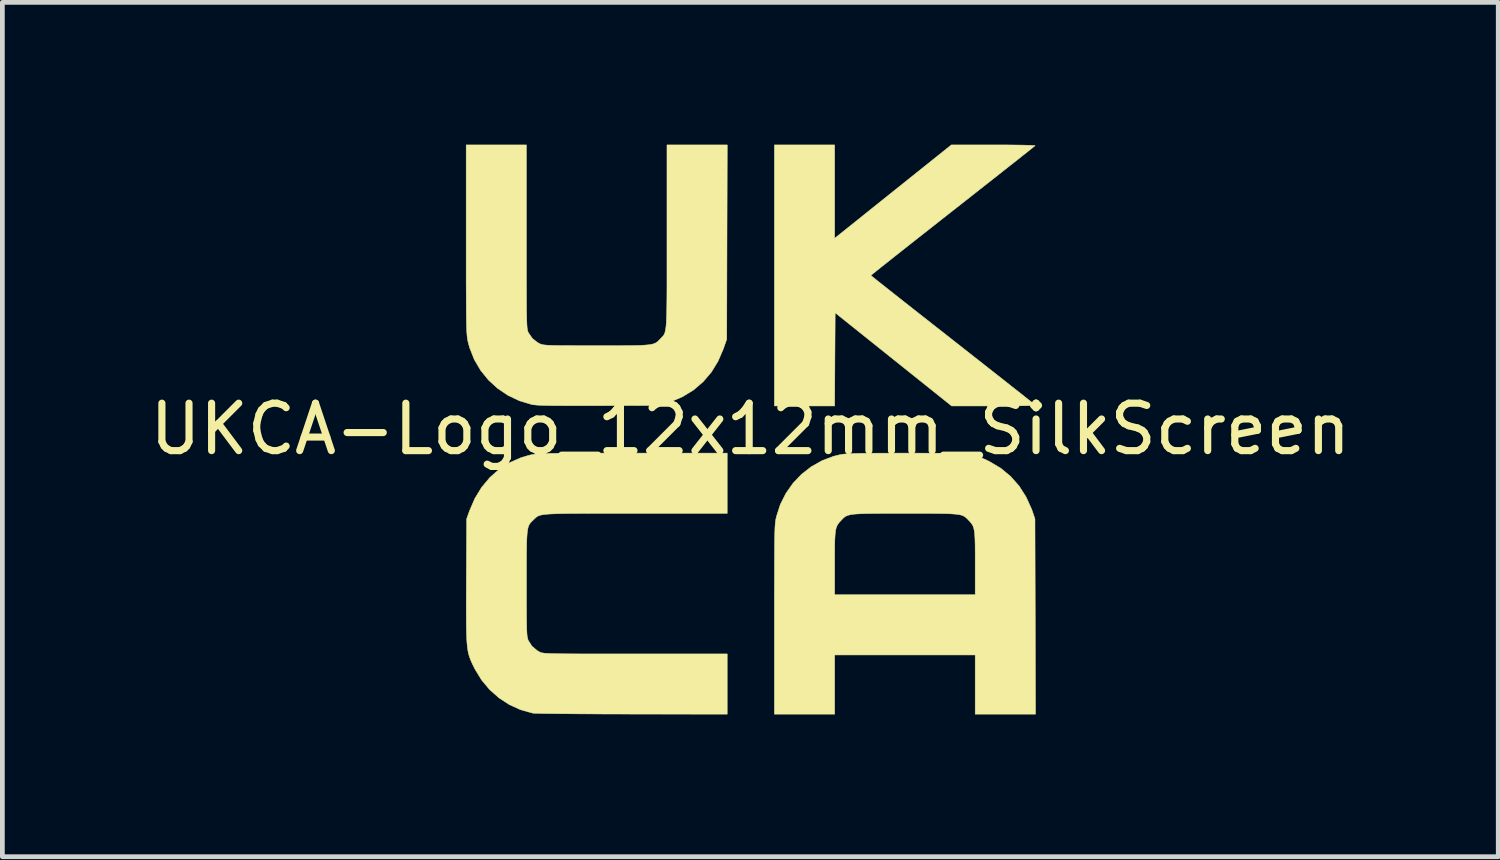
<source format=kicad_pcb>
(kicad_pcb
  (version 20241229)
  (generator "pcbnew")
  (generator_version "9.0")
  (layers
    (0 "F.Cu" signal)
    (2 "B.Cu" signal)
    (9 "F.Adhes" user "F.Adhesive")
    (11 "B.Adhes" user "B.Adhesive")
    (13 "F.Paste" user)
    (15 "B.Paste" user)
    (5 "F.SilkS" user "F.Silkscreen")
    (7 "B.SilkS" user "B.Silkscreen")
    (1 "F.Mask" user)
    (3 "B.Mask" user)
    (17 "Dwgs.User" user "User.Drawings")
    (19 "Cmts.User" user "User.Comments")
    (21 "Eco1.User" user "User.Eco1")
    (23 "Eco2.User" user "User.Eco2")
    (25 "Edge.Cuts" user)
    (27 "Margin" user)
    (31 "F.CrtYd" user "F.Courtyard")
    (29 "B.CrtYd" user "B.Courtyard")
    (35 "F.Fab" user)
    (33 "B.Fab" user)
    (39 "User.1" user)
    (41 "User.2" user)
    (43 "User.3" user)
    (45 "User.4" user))
  (footprint "UKCA-Logo_12x12mm_SilkScreen"
    (layer "F.Cu")
    (at 12.768 5.995)
    (property "Reference" "UKCA-Logo_12x12mm_SilkScreen" (at 0 0 0) (layer "F.SilkS") (effects (font (size 1 1) (thickness 0.15))))
    (attr exclude_from_pos_files exclude_from_bom)
    (fp_poly (pts (xy 1.778 -4.021) (xy 3.008 -5.006) (xy 4.238 -5.99) (xy 5.126 -5.99) (xy 5.315 -5.99) (xy 5.49 -5.989) (xy 5.646 -5.987) (xy 5.779 -5.985) (xy 5.885 -5.982) (xy 5.96 -5.979) (xy 5.999 -5.976) (xy 6.004 -5.974) (xy 5.986 -5.959) (xy 5.938 -5.92) (xy 5.86 -5.858) (xy 5.755 -5.775) (xy 5.627 -5.673) (xy 5.475 -5.554) (xy 5.304 -5.419) (xy 5.115 -5.27) (xy 4.91 -5.109) (xy 4.692 -4.937) (xy 4.463 -4.757) (xy 4.268 -4.604) (xy 4.031 -4.418) (xy 3.804 -4.239) (xy 3.589 -4.07) (xy 3.387 -3.911) (xy 3.202 -3.765) (xy 3.035 -3.633) (xy 2.889 -3.517) (xy 2.765 -3.419) (xy 2.667 -3.34) (xy 2.595 -3.283) (xy 2.553 -3.248) (xy 2.542 -3.239) (xy 2.558 -3.224) (xy 2.606 -3.186) (xy 2.682 -3.124) (xy 2.786 -3.042) (xy 2.913 -2.941) (xy 3.063 -2.823) (xy 3.234 -2.688) (xy 3.422 -2.54) (xy 3.626 -2.38) (xy 3.843 -2.209) (xy 4.072 -2.03) (xy 4.257 -1.884) (xy 4.494 -1.698) (xy 4.721 -1.52) (xy 4.937 -1.35) (xy 5.139 -1.191) (xy 5.325 -1.045) (xy 5.493 -0.912) (xy 5.641 -0.796) (xy 5.766 -0.697) (xy 5.866 -0.617) (xy 5.939 -0.559) (xy 5.982 -0.524) (xy 5.994 -0.513) (xy 5.992 -0.507) (xy 5.972 -0.501) (xy 5.93 -0.497) (xy 5.863 -0.493) (xy 5.768 -0.491) (xy 5.643 -0.489) (xy 5.484 -0.488) (xy 5.287 -0.487) (xy 5.13 -0.487) (xy 4.244 -0.487) (xy 3.016 -1.469) (xy 1.789 -2.451) (xy 1.783 -1.469) (xy 1.778 -0.487) (xy 0.508 -0.487) (xy 0.508 -5.99) (xy 1.778 -5.99) (xy 1.778 -4.021)) (stroke (width 0.01) (type solid)) (fill yes) (layer "F.SilkS"))
    (fp_poly (pts (xy -4.72 -4.053) (xy -4.72 -3.722) (xy -4.72 -3.432) (xy -4.72 -3.179) (xy -4.719 -2.959) (xy -4.719 -2.772) (xy -4.718 -2.613) (xy -4.717 -2.481) (xy -4.715 -2.373) (xy -4.713 -2.285) (xy -4.71 -2.216) (xy -4.707 -2.162) (xy -4.703 -2.122) (xy -4.698 -2.091) (xy -4.693 -2.068) (xy -4.687 -2.051) (xy -4.679 -2.035) (xy -4.676 -2.028) (xy -4.595 -1.911) (xy -4.486 -1.824) (xy -4.434 -1.797) (xy -4.413 -1.788) (xy -4.389 -1.781) (xy -4.356 -1.775) (xy -4.313 -1.77) (xy -4.255 -1.766) (xy -4.179 -1.763) (xy -4.081 -1.761) (xy -3.957 -1.759) (xy -3.804 -1.759) (xy -3.618 -1.758) (xy -3.396 -1.758) (xy -3.239 -1.758) (xy -2.983 -1.758) (xy -2.766 -1.758) (xy -2.584 -1.759) (xy -2.433 -1.761) (xy -2.311 -1.764) (xy -2.213 -1.77) (xy -2.135 -1.777) (xy -2.075 -1.787) (xy -2.028 -1.801) (xy -1.991 -1.817) (xy -1.961 -1.838) (xy -1.933 -1.863) (xy -1.905 -1.892) (xy -1.89 -1.908) (xy -1.868 -1.931) (xy -1.848 -1.951) (xy -1.831 -1.972) (xy -1.816 -1.996) (xy -1.803 -2.025) (xy -1.793 -2.063) (xy -1.784 -2.111) (xy -1.776 -2.173) (xy -1.77 -2.251) (xy -1.766 -2.349) (xy -1.762 -2.467) (xy -1.76 -2.61) (xy -1.758 -2.78) (xy -1.757 -2.979) (xy -1.757 -3.211) (xy -1.757 -3.477) (xy -1.757 -3.78) (xy -1.757 -4.063) (xy -1.757 -5.99) (xy -0.486 -5.99) (xy -0.492 -3.942) (xy -0.497 -1.894) (xy -0.567 -1.693) (xy -0.679 -1.432) (xy -0.821 -1.2) (xy -0.994 -0.997) (xy -1.196 -0.824) (xy -1.429 -0.681) (xy -1.69 -0.569) (xy -1.694 -0.567) (xy -1.894 -0.497) (xy -3.186 -0.493) (xy -3.465 -0.493) (xy -3.705 -0.492) (xy -3.908 -0.493) (xy -4.08 -0.494) (xy -4.221 -0.495) (xy -4.336 -0.498) (xy -4.428 -0.501) (xy -4.5 -0.505) (xy -4.556 -0.51) (xy -4.597 -0.516) (xy -4.612 -0.519) (xy -4.871 -0.597) (xy -5.11 -0.711) (xy -5.328 -0.858) (xy -5.521 -1.034) (xy -5.686 -1.238) (xy -5.819 -1.465) (xy -5.917 -1.713) (xy -5.948 -1.826) (xy -5.955 -1.857) (xy -5.961 -1.889) (xy -5.967 -1.924) (xy -5.971 -1.966) (xy -5.975 -2.017) (xy -5.979 -2.08) (xy -5.982 -2.157) (xy -5.984 -2.252) (xy -5.986 -2.368) (xy -5.987 -2.506) (xy -5.988 -2.67) (xy -5.989 -2.862) (xy -5.99 -3.085) (xy -5.99 -3.342) (xy -5.99 -3.636) (xy -5.99 -3.97) (xy -5.99 -3.995) (xy -5.99 -5.99) (xy -4.72 -5.99) (xy -4.72 -4.053)) (stroke (width 0.01) (type solid)) (fill yes) (layer "F.SilkS"))
    (fp_poly (pts (xy 3.554 0.508) (xy 3.795 0.509) (xy 4 0.51) (xy 4.175 0.513) (xy 4.323 0.517) (xy 4.447 0.523) (xy 4.552 0.532) (xy 4.64 0.543) (xy 4.717 0.557) (xy 4.785 0.575) (xy 4.849 0.597) (xy 4.911 0.623) (xy 4.977 0.653) (xy 5.048 0.688) (xy 5.282 0.828) (xy 5.488 0.999) (xy 5.666 1.2) (xy 5.813 1.43) (xy 5.93 1.687) (xy 5.951 1.746) (xy 6.001 1.894) (xy 6.007 3.953) (xy 6.013 6.011) (xy 4.741 6.011) (xy 4.741 4.763) (xy 1.778 4.763) (xy 1.778 6.011) (xy 0.508 6.011) (xy 0.508 4.016) (xy 0.508 3.68) (xy 0.508 3.383) (xy 0.509 3.124) (xy 0.509 2.898) (xy 0.509 2.814) (xy 1.778 2.814) (xy 1.778 3.493) (xy 4.741 3.493) (xy 4.741 2.825) (xy 4.741 2.626) (xy 4.74 2.464) (xy 4.737 2.335) (xy 4.732 2.233) (xy 4.724 2.154) (xy 4.711 2.093) (xy 4.695 2.045) (xy 4.673 2.006) (xy 4.645 1.969) (xy 4.61 1.931) (xy 4.608 1.929) (xy 4.578 1.897) (xy 4.55 1.87) (xy 4.521 1.848) (xy 4.488 1.829) (xy 4.446 1.814) (xy 4.393 1.803) (xy 4.324 1.794) (xy 4.236 1.788) (xy 4.125 1.783) (xy 3.988 1.781) (xy 3.821 1.779) (xy 3.62 1.779) (xy 3.383 1.779) (xy 3.26 1.779) (xy 3.004 1.779) (xy 2.787 1.779) (xy 2.605 1.78) (xy 2.454 1.782) (xy 2.332 1.786) (xy 2.234 1.791) (xy 2.156 1.798) (xy 2.096 1.809) (xy 2.049 1.822) (xy 2.012 1.839) (xy 1.982 1.859) (xy 1.954 1.884) (xy 1.926 1.914) (xy 1.911 1.929) (xy 1.876 1.967) (xy 1.848 2.004) (xy 1.826 2.043) (xy 1.809 2.09) (xy 1.796 2.151) (xy 1.788 2.228) (xy 1.782 2.329) (xy 1.779 2.457) (xy 1.778 2.617) (xy 1.778 2.814) (xy 0.509 2.814) (xy 0.51 2.704) (xy 0.511 2.538) (xy 0.512 2.398) (xy 0.514 2.281) (xy 0.516 2.185) (xy 0.519 2.106) (xy 0.522 2.042) (xy 0.526 1.99) (xy 0.531 1.948) (xy 0.536 1.912) (xy 0.543 1.88) (xy 0.55 1.85) (xy 0.55 1.847) (xy 0.632 1.592) (xy 0.75 1.357) (xy 0.9 1.143) (xy 1.079 0.955) (xy 1.284 0.795) (xy 1.511 0.667) (xy 1.757 0.574) (xy 1.89 0.541) (xy 1.93 0.534) (xy 1.979 0.528) (xy 2.038 0.523) (xy 2.113 0.519) (xy 2.205 0.515) (xy 2.32 0.513) (xy 2.46 0.511) (xy 2.629 0.509) (xy 2.831 0.509) (xy 3.068 0.508) (xy 3.275 0.508) (xy 3.554 0.508)) (stroke (width 0.01) (type solid)) (fill yes) (layer "F.SilkS"))
    (fp_poly (pts (xy -0.487 1.778) (xy -2.414 1.778) (xy -2.751 1.778) (xy -3.048 1.778) (xy -3.308 1.778) (xy -3.534 1.779) (xy -3.728 1.78) (xy -3.893 1.781) (xy -4.031 1.784) (xy -4.146 1.788) (xy -4.24 1.792) (xy -4.315 1.798) (xy -4.375 1.806) (xy -4.421 1.815) (xy -4.458 1.827) (xy -4.486 1.84) (xy -4.509 1.855) (xy -4.529 1.873) (xy -4.55 1.893) (xy -4.569 1.911) (xy -4.601 1.942) (xy -4.628 1.969) (xy -4.651 1.998) (xy -4.669 2.031) (xy -4.684 2.073) (xy -4.695 2.127) (xy -4.704 2.196) (xy -4.71 2.284) (xy -4.715 2.395) (xy -4.717 2.532) (xy -4.719 2.699) (xy -4.719 2.899) (xy -4.719 3.137) (xy -4.719 3.26) (xy -4.719 3.506) (xy -4.719 3.713) (xy -4.718 3.886) (xy -4.717 4.027) (xy -4.715 4.14) (xy -4.713 4.229) (xy -4.71 4.298) (xy -4.706 4.35) (xy -4.7 4.389) (xy -4.694 4.419) (xy -4.686 4.443) (xy -4.678 4.461) (xy -4.603 4.578) (xy -4.493 4.671) (xy -4.441 4.701) (xy -4.426 4.708) (xy -4.408 4.714) (xy -4.385 4.719) (xy -4.354 4.724) (xy -4.313 4.728) (xy -4.258 4.731) (xy -4.186 4.734) (xy -4.096 4.736) (xy -3.985 4.738) (xy -3.85 4.739) (xy -3.688 4.74) (xy -3.497 4.741) (xy -3.273 4.741) (xy -3.015 4.741) (xy -2.72 4.741) (xy -2.424 4.741) (xy -0.487 4.741) (xy -0.487 6.011) (xy -2.492 6.009) (xy -2.782 6.008) (xy -3.061 6.008) (xy -3.327 6.006) (xy -3.576 6.005) (xy -3.805 6.003) (xy -4.011 6.001) (xy -4.19 5.999) (xy -4.341 5.997) (xy -4.459 5.994) (xy -4.542 5.992) (xy -4.587 5.989) (xy -4.592 5.988) (xy -4.843 5.918) (xy -5.08 5.81) (xy -5.3 5.667) (xy -5.496 5.493) (xy -5.665 5.291) (xy -5.803 5.065) (xy -5.812 5.048) (xy -5.847 4.977) (xy -5.877 4.914) (xy -5.902 4.854) (xy -5.924 4.794) (xy -5.942 4.73) (xy -5.956 4.659) (xy -5.967 4.577) (xy -5.975 4.48) (xy -5.981 4.365) (xy -5.985 4.228) (xy -5.987 4.066) (xy -5.988 3.875) (xy -5.988 3.65) (xy -5.987 3.39) (xy -5.986 3.204) (xy -5.98 1.894) (xy -5.92 1.725) (xy -5.807 1.463) (xy -5.664 1.229) (xy -5.492 1.023) (xy -5.295 0.849) (xy -5.073 0.708) (xy -4.828 0.601) (xy -4.657 0.551) (xy -4.625 0.544) (xy -4.593 0.538) (xy -4.559 0.532) (xy -4.518 0.527) (xy -4.469 0.523) (xy -4.408 0.52) (xy -4.333 0.517) (xy -4.242 0.514) (xy -4.13 0.513) (xy -3.997 0.511) (xy -3.838 0.51) (xy -3.652 0.509) (xy -3.434 0.509) (xy -3.184 0.508) (xy -2.897 0.508) (xy -2.572 0.508) (xy -2.482 0.508) (xy -0.487 0.508) (xy -0.487 1.778)) (stroke (width 0.01) (type solid)) (fill yes) (layer "F.SilkS")))
  (gr_rect
    (start -3 -3)
    (end 28.536 15.011)
    (stroke (width 0.1) (type default))
    (fill no)
    (layer "Edge.Cuts")))
</source>
